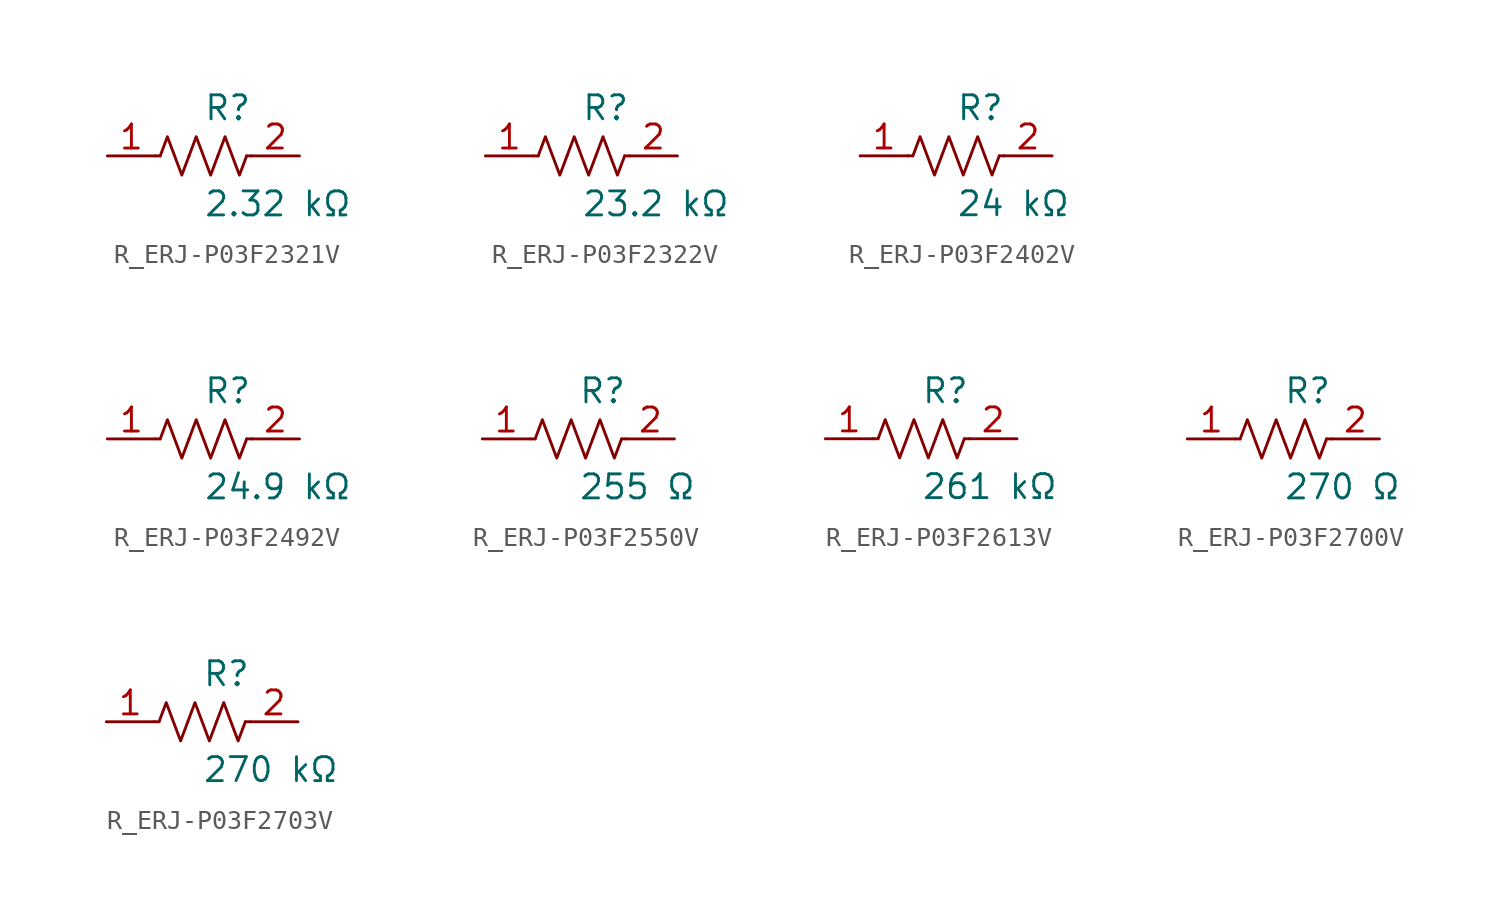
<source format=kicad_sym>
(kicad_symbol_lib
  (version 20231120)
  (generator kicad_symbol_editor)
  (generator_version 8.0)
  (symbol "R_ERJ-P03F2321V"
    (pin_names
      (offset 0.254))
    (property "Reference" "R"
      (at 0.0 2.54 0)
      (effects (font (size 1.27 1.27)) (justify left)))
    (property "Value" "2.32 kΩ"
      (at 0.0 -2.54 0)
      (effects (font (size 1.27 1.27)) (justify left)))
    (symbol "R_ERJ-P03F2321V_0_1"
      (polyline (pts (xy 2.286 0) (xy 2.54 0)) (stroke (width 0) (type default)) (fill (type none)))
      (polyline (pts (xy -2.286 0) (xy -2.54 0)) (stroke (width 0) (type default)) (fill (type none)))
      (polyline (pts (xy 0.762 0) (xy 1.143 1.016) (xy 1.524 0) (xy 1.905 -1.016) (xy 2.286 0)) (stroke (width 0) (type default)) (fill (type none)))
      (polyline (pts (xy -0.762 0) (xy -0.381 1.016) (xy 0 0) (xy 0.381 -1.016) (xy 0.762 0)) (stroke (width 0) (type default)) (fill (type none)))
      (polyline (pts (xy -2.286 0) (xy -1.905 1.016) (xy -1.524 0) (xy -1.143 -1.016) (xy -0.762 0)) (stroke (width 0) (type default)) (fill (type none))))
    (pin unspecified line
      (at -5.08 0 0)
      (length 2.54)
      (name "" (effects (font (size 1.27 1.27))))
      (number "1" (effects (font (size 1.27 1.27)))))
    (pin unspecified line
      (at 5.08 0 180)
      (length 2.54)
      (name "" (effects (font (size 1.27 1.27))))
      (number "2" (effects (font (size 1.27 1.27))))))
  (symbol "R_ERJ-P03F2322V"
    (pin_names
      (offset 0.254))
    (property "Reference" "R"
      (at 0.0 2.54 0)
      (effects (font (size 1.27 1.27)) (justify left)))
    (property "Value" "23.2 kΩ"
      (at 0.0 -2.54 0)
      (effects (font (size 1.27 1.27)) (justify left)))
    (symbol "R_ERJ-P03F2322V_0_1"
      (polyline (pts (xy 2.286 0) (xy 2.54 0)) (stroke (width 0) (type default)) (fill (type none)))
      (polyline (pts (xy -2.286 0) (xy -2.54 0)) (stroke (width 0) (type default)) (fill (type none)))
      (polyline (pts (xy 0.762 0) (xy 1.143 1.016) (xy 1.524 0) (xy 1.905 -1.016) (xy 2.286 0)) (stroke (width 0) (type default)) (fill (type none)))
      (polyline (pts (xy -0.762 0) (xy -0.381 1.016) (xy 0 0) (xy 0.381 -1.016) (xy 0.762 0)) (stroke (width 0) (type default)) (fill (type none)))
      (polyline (pts (xy -2.286 0) (xy -1.905 1.016) (xy -1.524 0) (xy -1.143 -1.016) (xy -0.762 0)) (stroke (width 0) (type default)) (fill (type none))))
    (pin unspecified line
      (at -5.08 0 0)
      (length 2.54)
      (name "" (effects (font (size 1.27 1.27))))
      (number "1" (effects (font (size 1.27 1.27)))))
    (pin unspecified line
      (at 5.08 0 180)
      (length 2.54)
      (name "" (effects (font (size 1.27 1.27))))
      (number "2" (effects (font (size 1.27 1.27))))))
  (symbol "R_ERJ-P03F2402V"
    (pin_names
      (offset 0.254))
    (property "Reference" "R"
      (at 0.0 2.54 0)
      (effects (font (size 1.27 1.27)) (justify left)))
    (property "Value" "24 kΩ"
      (at 0.0 -2.54 0)
      (effects (font (size 1.27 1.27)) (justify left)))
    (symbol "R_ERJ-P03F2402V_0_1"
      (polyline (pts (xy 2.286 0) (xy 2.54 0)) (stroke (width 0) (type default)) (fill (type none)))
      (polyline (pts (xy -2.286 0) (xy -2.54 0)) (stroke (width 0) (type default)) (fill (type none)))
      (polyline (pts (xy 0.762 0) (xy 1.143 1.016) (xy 1.524 0) (xy 1.905 -1.016) (xy 2.286 0)) (stroke (width 0) (type default)) (fill (type none)))
      (polyline (pts (xy -0.762 0) (xy -0.381 1.016) (xy 0 0) (xy 0.381 -1.016) (xy 0.762 0)) (stroke (width 0) (type default)) (fill (type none)))
      (polyline (pts (xy -2.286 0) (xy -1.905 1.016) (xy -1.524 0) (xy -1.143 -1.016) (xy -0.762 0)) (stroke (width 0) (type default)) (fill (type none))))
    (pin unspecified line
      (at -5.08 0 0)
      (length 2.54)
      (name "" (effects (font (size 1.27 1.27))))
      (number "1" (effects (font (size 1.27 1.27)))))
    (pin unspecified line
      (at 5.08 0 180)
      (length 2.54)
      (name "" (effects (font (size 1.27 1.27))))
      (number "2" (effects (font (size 1.27 1.27))))))
  (symbol "R_ERJ-P03F2492V"
    (pin_names
      (offset 0.254))
    (property "Reference" "R"
      (at 0.0 2.54 0)
      (effects (font (size 1.27 1.27)) (justify left)))
    (property "Value" "24.9 kΩ"
      (at 0.0 -2.54 0)
      (effects (font (size 1.27 1.27)) (justify left)))
    (symbol "R_ERJ-P03F2492V_0_1"
      (polyline (pts (xy 2.286 0) (xy 2.54 0)) (stroke (width 0) (type default)) (fill (type none)))
      (polyline (pts (xy -2.286 0) (xy -2.54 0)) (stroke (width 0) (type default)) (fill (type none)))
      (polyline (pts (xy 0.762 0) (xy 1.143 1.016) (xy 1.524 0) (xy 1.905 -1.016) (xy 2.286 0)) (stroke (width 0) (type default)) (fill (type none)))
      (polyline (pts (xy -0.762 0) (xy -0.381 1.016) (xy 0 0) (xy 0.381 -1.016) (xy 0.762 0)) (stroke (width 0) (type default)) (fill (type none)))
      (polyline (pts (xy -2.286 0) (xy -1.905 1.016) (xy -1.524 0) (xy -1.143 -1.016) (xy -0.762 0)) (stroke (width 0) (type default)) (fill (type none))))
    (pin unspecified line
      (at -5.08 0 0)
      (length 2.54)
      (name "" (effects (font (size 1.27 1.27))))
      (number "1" (effects (font (size 1.27 1.27)))))
    (pin unspecified line
      (at 5.08 0 180)
      (length 2.54)
      (name "" (effects (font (size 1.27 1.27))))
      (number "2" (effects (font (size 1.27 1.27))))))
  (symbol "R_ERJ-P03F2550V"
    (pin_names
      (offset 0.254))
    (property "Reference" "R"
      (at 0.0 2.54 0)
      (effects (font (size 1.27 1.27)) (justify left)))
    (property "Value" "255 Ω"
      (at 0.0 -2.54 0)
      (effects (font (size 1.27 1.27)) (justify left)))
    (symbol "R_ERJ-P03F2550V_0_1"
      (polyline (pts (xy 2.286 0) (xy 2.54 0)) (stroke (width 0) (type default)) (fill (type none)))
      (polyline (pts (xy -2.286 0) (xy -2.54 0)) (stroke (width 0) (type default)) (fill (type none)))
      (polyline (pts (xy 0.762 0) (xy 1.143 1.016) (xy 1.524 0) (xy 1.905 -1.016) (xy 2.286 0)) (stroke (width 0) (type default)) (fill (type none)))
      (polyline (pts (xy -0.762 0) (xy -0.381 1.016) (xy 0 0) (xy 0.381 -1.016) (xy 0.762 0)) (stroke (width 0) (type default)) (fill (type none)))
      (polyline (pts (xy -2.286 0) (xy -1.905 1.016) (xy -1.524 0) (xy -1.143 -1.016) (xy -0.762 0)) (stroke (width 0) (type default)) (fill (type none))))
    (pin unspecified line
      (at -5.08 0 0)
      (length 2.54)
      (name "" (effects (font (size 1.27 1.27))))
      (number "1" (effects (font (size 1.27 1.27)))))
    (pin unspecified line
      (at 5.08 0 180)
      (length 2.54)
      (name "" (effects (font (size 1.27 1.27))))
      (number "2" (effects (font (size 1.27 1.27))))))
  (symbol "R_ERJ-P03F2613V"
    (pin_names
      (offset 0.254))
    (property "Reference" "R"
      (at 0.0 2.54 0)
      (effects (font (size 1.27 1.27)) (justify left)))
    (property "Value" "261 kΩ"
      (at 0.0 -2.54 0)
      (effects (font (size 1.27 1.27)) (justify left)))
    (symbol "R_ERJ-P03F2613V_0_1"
      (polyline (pts (xy 2.286 0) (xy 2.54 0)) (stroke (width 0) (type default)) (fill (type none)))
      (polyline (pts (xy -2.286 0) (xy -2.54 0)) (stroke (width 0) (type default)) (fill (type none)))
      (polyline (pts (xy 0.762 0) (xy 1.143 1.016) (xy 1.524 0) (xy 1.905 -1.016) (xy 2.286 0)) (stroke (width 0) (type default)) (fill (type none)))
      (polyline (pts (xy -0.762 0) (xy -0.381 1.016) (xy 0 0) (xy 0.381 -1.016) (xy 0.762 0)) (stroke (width 0) (type default)) (fill (type none)))
      (polyline (pts (xy -2.286 0) (xy -1.905 1.016) (xy -1.524 0) (xy -1.143 -1.016) (xy -0.762 0)) (stroke (width 0) (type default)) (fill (type none))))
    (pin unspecified line
      (at -5.08 0 0)
      (length 2.54)
      (name "" (effects (font (size 1.27 1.27))))
      (number "1" (effects (font (size 1.27 1.27)))))
    (pin unspecified line
      (at 5.08 0 180)
      (length 2.54)
      (name "" (effects (font (size 1.27 1.27))))
      (number "2" (effects (font (size 1.27 1.27))))))
  (symbol "R_ERJ-P03F2700V"
    (pin_names
      (offset 0.254))
    (property "Reference" "R"
      (at 0.0 2.54 0)
      (effects (font (size 1.27 1.27)) (justify left)))
    (property "Value" "270 Ω"
      (at 0.0 -2.54 0)
      (effects (font (size 1.27 1.27)) (justify left)))
    (symbol "R_ERJ-P03F2700V_0_1"
      (polyline (pts (xy 2.286 0) (xy 2.54 0)) (stroke (width 0) (type default)) (fill (type none)))
      (polyline (pts (xy -2.286 0) (xy -2.54 0)) (stroke (width 0) (type default)) (fill (type none)))
      (polyline (pts (xy 0.762 0) (xy 1.143 1.016) (xy 1.524 0) (xy 1.905 -1.016) (xy 2.286 0)) (stroke (width 0) (type default)) (fill (type none)))
      (polyline (pts (xy -0.762 0) (xy -0.381 1.016) (xy 0 0) (xy 0.381 -1.016) (xy 0.762 0)) (stroke (width 0) (type default)) (fill (type none)))
      (polyline (pts (xy -2.286 0) (xy -1.905 1.016) (xy -1.524 0) (xy -1.143 -1.016) (xy -0.762 0)) (stroke (width 0) (type default)) (fill (type none))))
    (pin unspecified line
      (at -5.08 0 0)
      (length 2.54)
      (name "" (effects (font (size 1.27 1.27))))
      (number "1" (effects (font (size 1.27 1.27)))))
    (pin unspecified line
      (at 5.08 0 180)
      (length 2.54)
      (name "" (effects (font (size 1.27 1.27))))
      (number "2" (effects (font (size 1.27 1.27))))))
  (symbol "R_ERJ-P03F2703V"
    (pin_names
      (offset 0.254))
    (property "Reference" "R"
      (at 0.0 2.54 0)
      (effects (font (size 1.27 1.27)) (justify left)))
    (property "Value" "270 kΩ"
      (at 0.0 -2.54 0)
      (effects (font (size 1.27 1.27)) (justify left)))
    (symbol "R_ERJ-P03F2703V_0_1"
      (polyline (pts (xy 2.286 0) (xy 2.54 0)) (stroke (width 0) (type default)) (fill (type none)))
      (polyline (pts (xy -2.286 0) (xy -2.54 0)) (stroke (width 0) (type default)) (fill (type none)))
      (polyline (pts (xy 0.762 0) (xy 1.143 1.016) (xy 1.524 0) (xy 1.905 -1.016) (xy 2.286 0)) (stroke (width 0) (type default)) (fill (type none)))
      (polyline (pts (xy -0.762 0) (xy -0.381 1.016) (xy 0 0) (xy 0.381 -1.016) (xy 0.762 0)) (stroke (width 0) (type default)) (fill (type none)))
      (polyline (pts (xy -2.286 0) (xy -1.905 1.016) (xy -1.524 0) (xy -1.143 -1.016) (xy -0.762 0)) (stroke (width 0) (type default)) (fill (type none))))
    (pin unspecified line
      (at -5.08 0 0)
      (length 2.54)
      (name "" (effects (font (size 1.27 1.27))))
      (number "1" (effects (font (size 1.27 1.27)))))
    (pin unspecified line
      (at 5.08 0 180)
      (length 2.54)
      (name "" (effects (font (size 1.27 1.27))))
      (number "2" (effects (font (size 1.27 1.27)))))))
</source>
